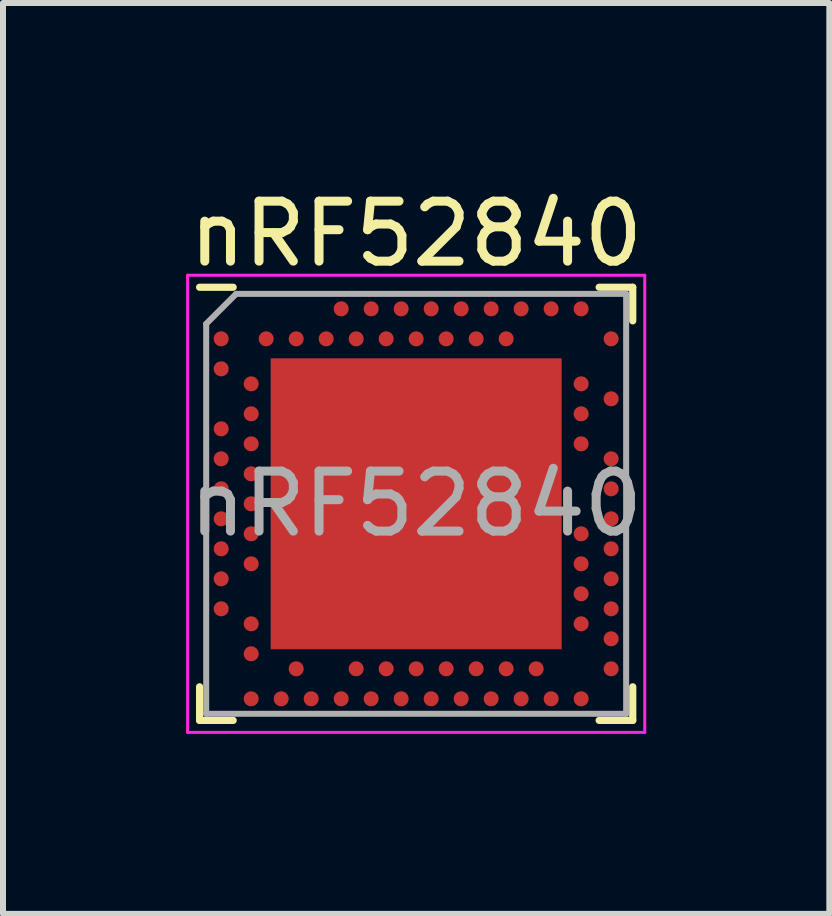
<source format=kicad_pcb>
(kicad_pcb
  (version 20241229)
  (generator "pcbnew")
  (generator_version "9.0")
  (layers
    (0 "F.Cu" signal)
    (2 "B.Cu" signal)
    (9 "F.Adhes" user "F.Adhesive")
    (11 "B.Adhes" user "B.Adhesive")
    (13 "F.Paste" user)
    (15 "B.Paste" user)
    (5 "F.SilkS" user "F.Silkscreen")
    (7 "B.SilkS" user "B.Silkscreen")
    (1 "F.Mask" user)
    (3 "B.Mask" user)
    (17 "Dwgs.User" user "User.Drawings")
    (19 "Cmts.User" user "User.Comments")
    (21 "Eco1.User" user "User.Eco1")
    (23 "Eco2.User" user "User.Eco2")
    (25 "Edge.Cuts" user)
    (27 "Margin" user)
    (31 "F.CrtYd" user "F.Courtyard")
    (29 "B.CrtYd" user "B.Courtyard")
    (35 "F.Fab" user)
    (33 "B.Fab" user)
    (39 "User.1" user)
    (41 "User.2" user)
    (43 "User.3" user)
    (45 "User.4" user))
  (footprint "nRF52840"
    (layer "F.Cu")
    (at 3.887 5.348)
    (property "Reference" "nRF52840" (at 0 -4.5 0) (layer "F.SilkS") (effects (font (size 1 1) (thickness 0.15))))
    (attr smd)
    (fp_line (start -3.61 -3.61) (end -3.05 -3.61) (stroke (width 0.12) (type solid)) (layer "F.SilkS"))
    (fp_line (start -3.61 3.61) (end -3.61 3.05) (stroke (width 0.12) (type solid)) (layer "F.SilkS"))
    (fp_line (start -3.61 3.61) (end -3.05 3.61) (stroke (width 0.12) (type solid)) (layer "F.SilkS"))
    (fp_line (start 3.61 -3.61) (end 3.05 -3.61) (stroke (width 0.12) (type solid)) (layer "F.SilkS"))
    (fp_line (start 3.61 -3.61) (end 3.61 -3.05) (stroke (width 0.12) (type solid)) (layer "F.SilkS"))
    (fp_line (start 3.61 3.61) (end 3.05 3.61) (stroke (width 0.12) (type solid)) (layer "F.SilkS"))
    (fp_line (start 3.61 3.61) (end 3.61 3.05) (stroke (width 0.12) (type solid)) (layer "F.SilkS"))
    (fp_line (start -3.81 -3.81) (end 3.81 -3.81) (stroke (width 0.05) (type solid)) (layer "F.CrtYd"))
    (fp_line (start -3.81 3.81) (end -3.81 -3.81) (stroke (width 0.05) (type solid)) (layer "F.CrtYd"))
    (fp_line (start 3.81 -3.81) (end 3.81 3.81) (stroke (width 0.05) (type solid)) (layer "F.CrtYd"))
    (fp_line (start 3.81 3.81) (end -3.81 3.81) (stroke (width 0.05) (type solid)) (layer "F.CrtYd"))
    (fp_line (start -3.5 -3) (end -3.5 3.5) (stroke (width 0.1) (type solid)) (layer "F.Fab"))
    (fp_line (start -3.5 -3) (end -3 -3.5) (stroke (width 0.1) (type solid)) (layer "F.Fab"))
    (fp_line (start -3.5 3.5) (end 3.5 3.5) (stroke (width 0.1) (type solid)) (layer "F.Fab"))
    (fp_line (start -3 -3.5) (end 3.5 -3.5) (stroke (width 0.1) (type solid)) (layer "F.Fab"))
    (fp_line (start 3.5 -3.5) (end 3.5 3.5) (stroke (width 0.1) (type solid)) (layer "F.Fab"))
    (fp_text user "${REFERENCE}" (at 0 0 0) (layer "F.Fab") (effects (font (size 1 1) (thickness 0.15))))
    (pad "" smd rect (at -1.212 -1.212 180) (size 2 2) (layers "F.Paste"))
    (pad "" smd rect (at -1.212 1.212 180) (size 2 2) (layers "F.Paste"))
    (pad "" smd rect (at 1.212 -1.212 180) (size 2 2) (layers "F.Paste"))
    (pad "" smd rect (at 1.212 1.212 180) (size 2 2) (layers "F.Paste"))
    (pad "74" smd rect (at 0 0 180) (size 4.85 4.85) (layers "F.Cu" "F.Mask"))
    (pad "A8" smd circle (at -1.25 -3.25 180) (size 0.25 0.25) (layers "F.Cu" "F.Mask" "F.Paste"))
    (pad "A10" smd circle (at -0.75 -3.25 180) (size 0.25 0.25) (layers "F.Cu" "F.Mask" "F.Paste"))
    (pad "A12" smd circle (at -0.25 -3.25 180) (size 0.25 0.25) (layers "F.Cu" "F.Mask" "F.Paste"))
    (pad "A14" smd circle (at 0.25 -3.25 180) (size 0.25 0.25) (layers "F.Cu" "F.Mask" "F.Paste"))
    (pad "A16" smd circle (at 0.75 -3.25 180) (size 0.25 0.25) (layers "F.Cu" "F.Mask" "F.Paste"))
    (pad "A18" smd circle (at 1.25 -3.25 180) (size 0.25 0.25) (layers "F.Cu" "F.Mask" "F.Paste"))
    (pad "A20" smd circle (at 1.75 -3.25 180) (size 0.25 0.25) (layers "F.Cu" "F.Mask" "F.Paste"))
    (pad "A22" smd circle (at 2.25 -3.25 180) (size 0.25 0.25) (layers "F.Cu" "F.Mask" "F.Paste"))
    (pad "A23" smd circle (at 2.75 -3.25 180) (size 0.25 0.25) (layers "F.Cu" "F.Mask" "F.Paste"))
    (pad "AA24" smd circle (at 3.25 2.25 180) (size 0.25 0.25) (layers "F.Cu" "F.Mask" "F.Paste"))
    (pad "AB2" smd circle (at -2.75 2.5 180) (size 0.25 0.25) (layers "F.Cu" "F.Mask" "F.Paste"))
    (pad "AC5" smd circle (at -2 2.75 180) (size 0.25 0.25) (layers "F.Cu" "F.Mask" "F.Paste"))
    (pad "AC9" smd circle (at -1 2.75 180) (size 0.25 0.25) (layers "F.Cu" "F.Mask" "F.Paste"))
    (pad "AC11" smd circle (at -0.5 2.75 180) (size 0.25 0.25) (layers "F.Cu" "F.Mask" "F.Paste"))
    (pad "AC13" smd circle (at 0 2.75 180) (size 0.25 0.25) (layers "F.Cu" "F.Mask" "F.Paste"))
    (pad "AC15" smd circle (at 0.5 2.75 180) (size 0.25 0.25) (layers "F.Cu" "F.Mask" "F.Paste"))
    (pad "AC17" smd circle (at 1 2.75 180) (size 0.25 0.25) (layers "F.Cu" "F.Mask" "F.Paste"))
    (pad "AC19" smd circle (at 1.5 2.75 180) (size 0.25 0.25) (layers "F.Cu" "F.Mask" "F.Paste"))
    (pad "AC21" smd circle (at 2 2.75 180) (size 0.25 0.25) (layers "F.Cu" "F.Mask" "F.Paste"))
    (pad "AC24" smd circle (at 3.25 2.75 180) (size 0.25 0.25) (layers "F.Cu" "F.Mask" "F.Paste"))
    (pad "AD2" smd circle (at -2.75 3.25 180) (size 0.25 0.25) (layers "F.Cu" "F.Mask" "F.Paste"))
    (pad "AD4" smd circle (at -2.25 3.25 180) (size 0.25 0.25) (layers "F.Cu" "F.Mask" "F.Paste"))
    (pad "AD6" smd circle (at -1.75 3.25 180) (size 0.25 0.25) (layers "F.Cu" "F.Mask" "F.Paste"))
    (pad "AD8" smd circle (at -1.25 3.25 180) (size 0.25 0.25) (layers "F.Cu" "F.Mask" "F.Paste"))
    (pad "AD10" smd circle (at -0.75 3.25 180) (size 0.25 0.25) (layers "F.Cu" "F.Mask" "F.Paste"))
    (pad "AD12" smd circle (at -0.25 3.25 180) (size 0.25 0.25) (layers "F.Cu" "F.Mask" "F.Paste"))
    (pad "AD14" smd circle (at 0.25 3.25 180) (size 0.25 0.25) (layers "F.Cu" "F.Mask" "F.Paste"))
    (pad "AD16" smd circle (at 0.75 3.25 180) (size 0.25 0.25) (layers "F.Cu" "F.Mask" "F.Paste"))
    (pad "AD18" smd circle (at 1.25 3.25 180) (size 0.25 0.25) (layers "F.Cu" "F.Mask" "F.Paste"))
    (pad "AD20" smd circle (at 1.75 3.25 180) (size 0.25 0.25) (layers "F.Cu" "F.Mask" "F.Paste"))
    (pad "AD22" smd circle (at 2.25 3.25 180) (size 0.25 0.25) (layers "F.Cu" "F.Mask" "F.Paste"))
    (pad "AD23" smd circle (at 2.75 3.25 180) (size 0.25 0.25) (layers "F.Cu" "F.Mask" "F.Paste"))
    (pad "B1" smd circle (at -3.25 -2.75 180) (size 0.25 0.25) (layers "F.Cu" "F.Mask" "F.Paste"))
    (pad "B3" smd circle (at -2.5 -2.75 180) (size 0.25 0.25) (layers "F.Cu" "F.Mask" "F.Paste"))
    (pad "B5" smd circle (at -2 -2.75 180) (size 0.25 0.25) (layers "F.Cu" "F.Mask" "F.Paste"))
    (pad "B7" smd circle (at -1.5 -2.75 180) (size 0.25 0.25) (layers "F.Cu" "F.Mask" "F.Paste"))
    (pad "B9" smd circle (at -1 -2.75 180) (size 0.25 0.25) (layers "F.Cu" "F.Mask" "F.Paste"))
    (pad "B11" smd circle (at -0.5 -2.75 180) (size 0.25 0.25) (layers "F.Cu" "F.Mask" "F.Paste"))
    (pad "B13" smd circle (at 0 -2.75 180) (size 0.25 0.25) (layers "F.Cu" "F.Mask" "F.Paste"))
    (pad "B15" smd circle (at 0.5 -2.75 180) (size 0.25 0.25) (layers "F.Cu" "F.Mask" "F.Paste"))
    (pad "B17" smd circle (at 1 -2.75 180) (size 0.25 0.25) (layers "F.Cu" "F.Mask" "F.Paste"))
    (pad "B19" smd circle (at 1.5 -2.75 180) (size 0.25 0.25) (layers "F.Cu" "F.Mask" "F.Paste"))
    (pad "B24" smd circle (at 3.25 -2.75 180) (size 0.25 0.25) (layers "F.Cu" "F.Mask" "F.Paste"))
    (pad "C1" smd circle (at -3.25 -2.25 180) (size 0.25 0.25) (layers "F.Cu" "F.Mask" "F.Paste"))
    (pad "D2" smd circle (at -2.75 -2 180) (size 0.25 0.25) (layers "F.Cu" "F.Mask" "F.Paste"))
    (pad "D23" smd circle (at 2.75 -2 180) (size 0.25 0.25) (layers "F.Cu" "F.Mask" "F.Paste"))
    (pad "E24" smd circle (at 3.25 -1.75 180) (size 0.25 0.25) (layers "F.Cu" "F.Mask" "F.Paste"))
    (pad "F2" smd circle (at -2.75 -1.5 180) (size 0.25 0.25) (layers "F.Cu" "F.Mask" "F.Paste"))
    (pad "F23" smd circle (at 2.75 -1.5 180) (size 0.25 0.25) (layers "F.Cu" "F.Mask" "F.Paste"))
    (pad "G1" smd circle (at -3.25 -1.25 180) (size 0.25 0.25) (layers "F.Cu" "F.Mask" "F.Paste"))
    (pad "H2" smd circle (at -2.75 -1 180) (size 0.25 0.25) (layers "F.Cu" "F.Mask" "F.Paste"))
    (pad "H23" smd circle (at 2.75 -1 180) (size 0.25 0.25) (layers "F.Cu" "F.Mask" "F.Paste"))
    (pad "J1" smd circle (at -3.25 -0.75 180) (size 0.25 0.25) (layers "F.Cu" "F.Mask" "F.Paste"))
    (pad "J24" smd circle (at 3.25 -0.75 180) (size 0.25 0.25) (layers "F.Cu" "F.Mask" "F.Paste"))
    (pad "K2" smd circle (at -2.75 -0.5 180) (size 0.25 0.25) (layers "F.Cu" "F.Mask" "F.Paste"))
    (pad "L1" smd circle (at -3.25 -0.25 180) (size 0.25 0.25) (layers "F.Cu" "F.Mask" "F.Paste"))
    (pad "L24" smd circle (at 3.25 -0.25 180) (size 0.25 0.25) (layers "F.Cu" "F.Mask" "F.Paste"))
    (pad "M2" smd circle (at -2.75 0 180) (size 0.25 0.25) (layers "F.Cu" "F.Mask" "F.Paste"))
    (pad "N1" smd circle (at -3.25 0.25 180) (size 0.25 0.25) (layers "F.Cu" "F.Mask" "F.Paste"))
    (pad "N24" smd circle (at 3.25 0.25 180) (size 0.25 0.25) (layers "F.Cu" "F.Mask" "F.Paste"))
    (pad "P2" smd circle (at -2.75 0.5 180) (size 0.25 0.25) (layers "F.Cu" "F.Mask" "F.Paste"))
    (pad "P23" smd circle (at 2.75 0.5 180) (size 0.25 0.25) (layers "F.Cu" "F.Mask" "F.Paste"))
    (pad "R1" smd circle (at -3.25 0.75 180) (size 0.25 0.25) (layers "F.Cu" "F.Mask" "F.Paste"))
    (pad "R24" smd circle (at 3.25 0.75 180) (size 0.25 0.25) (layers "F.Cu" "F.Mask" "F.Paste"))
    (pad "T2" smd circle (at -2.75 1 180) (size 0.25 0.25) (layers "F.Cu" "F.Mask" "F.Paste"))
    (pad "T23" smd circle (at 2.75 1 180) (size 0.25 0.25) (layers "F.Cu" "F.Mask" "F.Paste"))
    (pad "U1" smd circle (at -3.25 1.25 180) (size 0.25 0.25) (layers "F.Cu" "F.Mask" "F.Paste"))
    (pad "U24" smd circle (at 3.25 1.25 180) (size 0.25 0.25) (layers "F.Cu" "F.Mask" "F.Paste"))
    (pad "V23" smd circle (at 2.75 1.5 180) (size 0.25 0.25) (layers "F.Cu" "F.Mask" "F.Paste"))
    (pad "W1" smd circle (at -3.25 1.75 180) (size 0.25 0.25) (layers "F.Cu" "F.Mask" "F.Paste"))
    (pad "W24" smd circle (at 3.25 1.75 180) (size 0.25 0.25) (layers "F.Cu" "F.Mask" "F.Paste"))
    (pad "Y2" smd circle (at -2.75 2 180) (size 0.25 0.25) (layers "F.Cu" "F.Mask" "F.Paste"))
    (pad "Y23" smd circle (at 2.75 2 180) (size 0.25 0.25) (layers "F.Cu" "F.Mask" "F.Paste")))
  (gr_rect
    (start -3 -3)
    (end 10.774 12.183)
    (stroke (width 0.1) (type default))
    (fill no)
    (layer "Edge.Cuts")))
</source>
